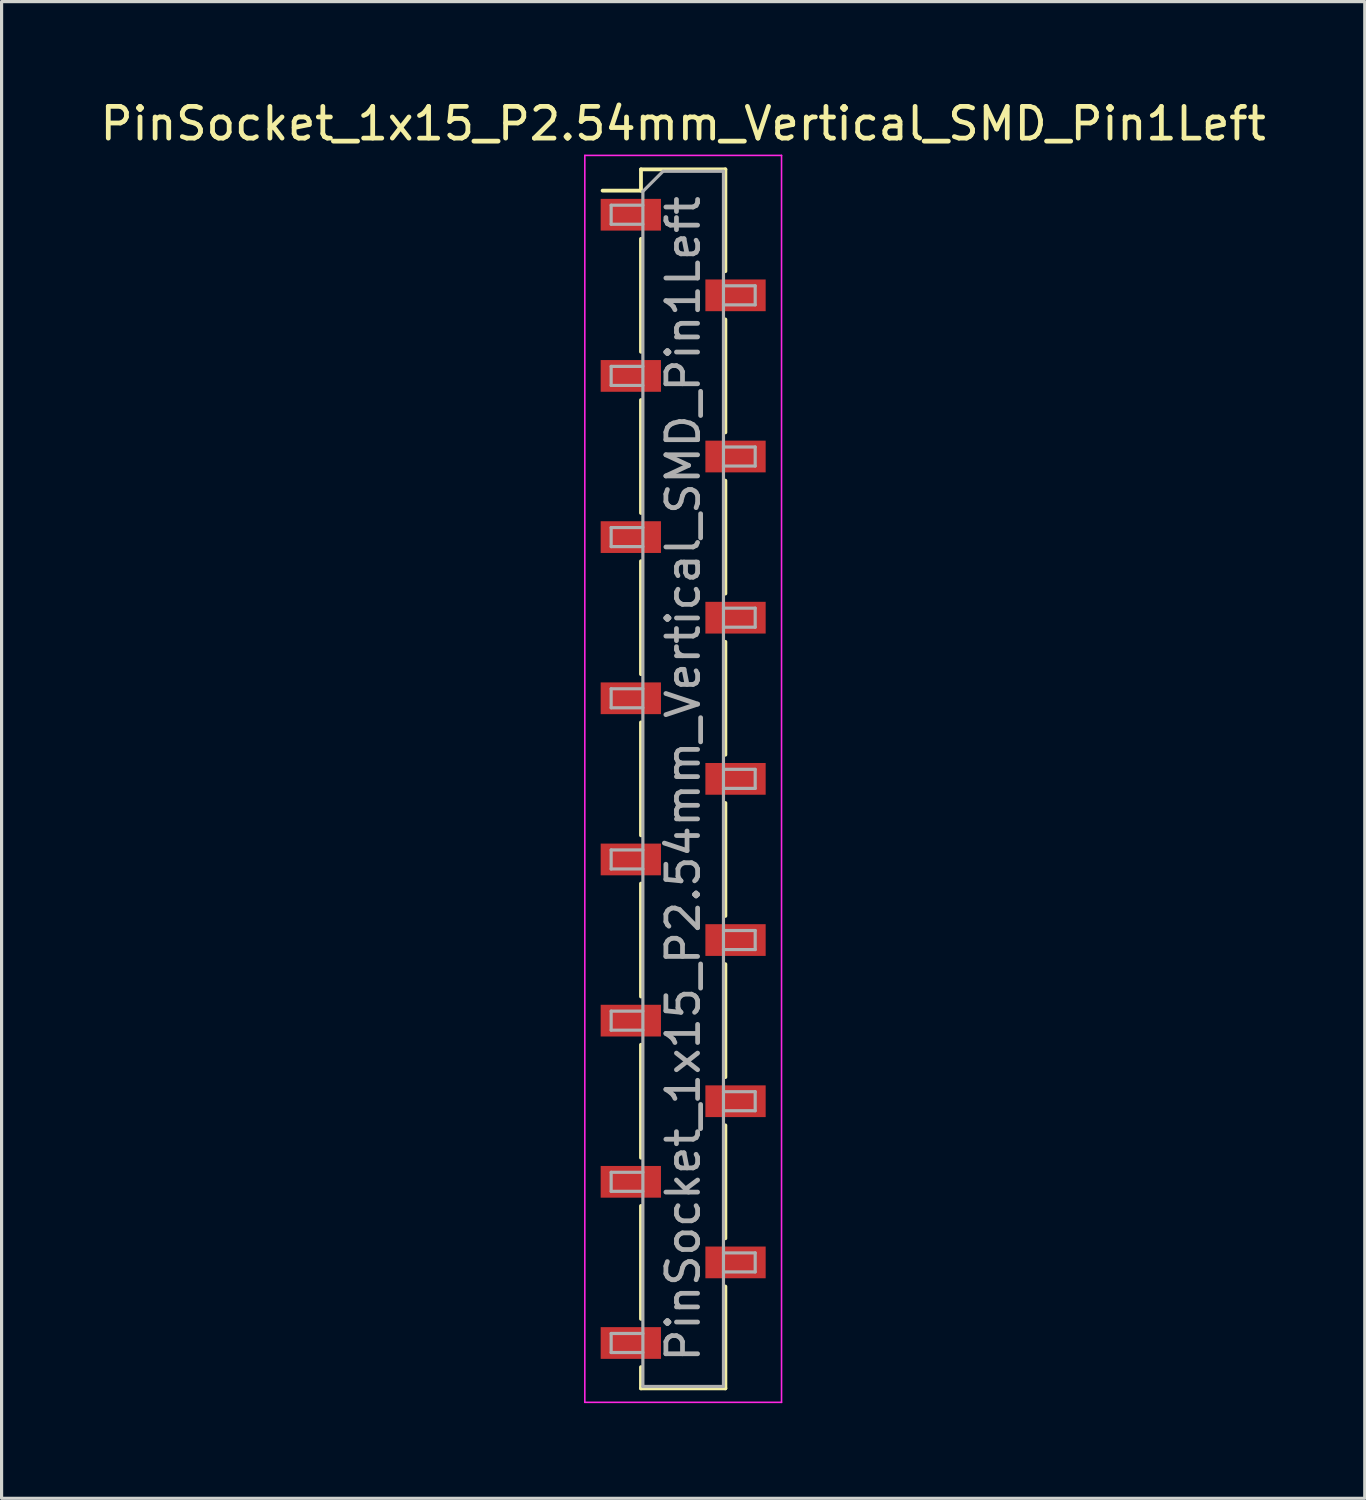
<source format=kicad_pcb>
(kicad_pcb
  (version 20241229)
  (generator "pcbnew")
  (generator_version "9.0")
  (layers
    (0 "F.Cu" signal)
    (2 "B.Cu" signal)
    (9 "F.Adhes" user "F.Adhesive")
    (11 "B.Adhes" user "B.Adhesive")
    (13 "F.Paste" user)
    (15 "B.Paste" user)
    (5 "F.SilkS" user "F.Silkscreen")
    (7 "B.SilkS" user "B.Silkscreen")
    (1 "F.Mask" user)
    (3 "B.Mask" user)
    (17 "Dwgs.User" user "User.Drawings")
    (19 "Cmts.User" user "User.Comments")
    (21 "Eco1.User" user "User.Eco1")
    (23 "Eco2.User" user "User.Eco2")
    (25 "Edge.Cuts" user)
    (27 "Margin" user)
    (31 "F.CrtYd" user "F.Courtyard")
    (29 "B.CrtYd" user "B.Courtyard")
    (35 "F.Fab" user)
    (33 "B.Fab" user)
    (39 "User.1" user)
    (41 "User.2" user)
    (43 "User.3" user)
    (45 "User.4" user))
  (footprint "PinSocket_1x15_P2.54mm_Vertical_SMD_Pin1Left"
    (layer "F.Cu")
    (at 18.482 21.498)
    (property "Reference" "PinSocket_1x15_P2.54mm_Vertical_SMD_Pin1Left" (at 0 -20.65 0) (layer "F.SilkS") (effects (font (size 1 1) (thickness 0.15))))
    (attr smd)
    (fp_line (start -2.54 -18.54) (end -1.33 -18.54) (stroke (width 0.12) (type solid)) (layer "F.SilkS"))
    (fp_line (start -1.33 -19.21) (end -1.33 -18.54) (stroke (width 0.12) (type solid)) (layer "F.SilkS"))
    (fp_line (start -1.33 -19.21) (end 1.33 -19.21) (stroke (width 0.12) (type solid)) (layer "F.SilkS"))
    (fp_line (start -1.33 -17.02) (end -1.33 -13.46) (stroke (width 0.12) (type solid)) (layer "F.SilkS"))
    (fp_line (start -1.33 -11.94) (end -1.33 -8.38) (stroke (width 0.12) (type solid)) (layer "F.SilkS"))
    (fp_line (start -1.33 -6.86) (end -1.33 -3.3) (stroke (width 0.12) (type solid)) (layer "F.SilkS"))
    (fp_line (start -1.33 -1.78) (end -1.33 1.78) (stroke (width 0.12) (type solid)) (layer "F.SilkS"))
    (fp_line (start -1.33 3.3) (end -1.33 6.86) (stroke (width 0.12) (type solid)) (layer "F.SilkS"))
    (fp_line (start -1.33 8.38) (end -1.33 11.94) (stroke (width 0.12) (type solid)) (layer "F.SilkS"))
    (fp_line (start -1.33 13.46) (end -1.33 17.02) (stroke (width 0.12) (type solid)) (layer "F.SilkS"))
    (fp_line (start -1.33 18.54) (end -1.33 19.21) (stroke (width 0.12) (type solid)) (layer "F.SilkS"))
    (fp_line (start -1.33 19.21) (end 1.33 19.21) (stroke (width 0.12) (type solid)) (layer "F.SilkS"))
    (fp_line (start 1.33 -19.21) (end 1.33 -16) (stroke (width 0.12) (type solid)) (layer "F.SilkS"))
    (fp_line (start 1.33 -14.48) (end 1.33 -10.92) (stroke (width 0.12) (type solid)) (layer "F.SilkS"))
    (fp_line (start 1.33 -9.4) (end 1.33 -5.84) (stroke (width 0.12) (type solid)) (layer "F.SilkS"))
    (fp_line (start 1.33 -4.32) (end 1.33 -0.76) (stroke (width 0.12) (type solid)) (layer "F.SilkS"))
    (fp_line (start 1.33 0.76) (end 1.33 4.32) (stroke (width 0.12) (type solid)) (layer "F.SilkS"))
    (fp_line (start 1.33 5.84) (end 1.33 9.4) (stroke (width 0.12) (type solid)) (layer "F.SilkS"))
    (fp_line (start 1.33 10.92) (end 1.33 14.48) (stroke (width 0.12) (type solid)) (layer "F.SilkS"))
    (fp_line (start 1.33 16) (end 1.33 19.21) (stroke (width 0.12) (type solid)) (layer "F.SilkS"))
    (fp_line (start -3.1 -19.65) (end 3.1 -19.65) (stroke (width 0.05) (type solid)) (layer "F.CrtYd"))
    (fp_line (start -3.1 19.65) (end -3.1 -19.65) (stroke (width 0.05) (type solid)) (layer "F.CrtYd"))
    (fp_line (start 3.1 -19.65) (end 3.1 19.65) (stroke (width 0.05) (type solid)) (layer "F.CrtYd"))
    (fp_line (start 3.1 19.65) (end -3.1 19.65) (stroke (width 0.05) (type solid)) (layer "F.CrtYd"))
    (fp_line (start -2.27 -18.08) (end -1.27 -18.08) (stroke (width 0.1) (type solid)) (layer "F.Fab"))
    (fp_line (start -2.27 -17.48) (end -2.27 -18.08) (stroke (width 0.1) (type solid)) (layer "F.Fab"))
    (fp_line (start -2.27 -13) (end -1.27 -13) (stroke (width 0.1) (type solid)) (layer "F.Fab"))
    (fp_line (start -2.27 -12.4) (end -2.27 -13) (stroke (width 0.1) (type solid)) (layer "F.Fab"))
    (fp_line (start -2.27 -7.92) (end -1.27 -7.92) (stroke (width 0.1) (type solid)) (layer "F.Fab"))
    (fp_line (start -2.27 -7.32) (end -2.27 -7.92) (stroke (width 0.1) (type solid)) (layer "F.Fab"))
    (fp_line (start -2.27 -2.84) (end -1.27 -2.84) (stroke (width 0.1) (type solid)) (layer "F.Fab"))
    (fp_line (start -2.27 -2.24) (end -2.27 -2.84) (stroke (width 0.1) (type solid)) (layer "F.Fab"))
    (fp_line (start -2.27 2.24) (end -1.27 2.24) (stroke (width 0.1) (type solid)) (layer "F.Fab"))
    (fp_line (start -2.27 2.84) (end -2.27 2.24) (stroke (width 0.1) (type solid)) (layer "F.Fab"))
    (fp_line (start -2.27 7.32) (end -1.27 7.32) (stroke (width 0.1) (type solid)) (layer "F.Fab"))
    (fp_line (start -2.27 7.92) (end -2.27 7.32) (stroke (width 0.1) (type solid)) (layer "F.Fab"))
    (fp_line (start -2.27 12.4) (end -1.27 12.4) (stroke (width 0.1) (type solid)) (layer "F.Fab"))
    (fp_line (start -2.27 13) (end -2.27 12.4) (stroke (width 0.1) (type solid)) (layer "F.Fab"))
    (fp_line (start -2.27 17.48) (end -1.27 17.48) (stroke (width 0.1) (type solid)) (layer "F.Fab"))
    (fp_line (start -2.27 18.08) (end -2.27 17.48) (stroke (width 0.1) (type solid)) (layer "F.Fab"))
    (fp_line (start -1.27 -18.515) (end -0.635 -19.15) (stroke (width 0.1) (type solid)) (layer "F.Fab"))
    (fp_line (start -1.27 -17.48) (end -2.27 -17.48) (stroke (width 0.1) (type solid)) (layer "F.Fab"))
    (fp_line (start -1.27 -12.4) (end -2.27 -12.4) (stroke (width 0.1) (type solid)) (layer "F.Fab"))
    (fp_line (start -1.27 -7.32) (end -2.27 -7.32) (stroke (width 0.1) (type solid)) (layer "F.Fab"))
    (fp_line (start -1.27 -2.24) (end -2.27 -2.24) (stroke (width 0.1) (type solid)) (layer "F.Fab"))
    (fp_line (start -1.27 2.84) (end -2.27 2.84) (stroke (width 0.1) (type solid)) (layer "F.Fab"))
    (fp_line (start -1.27 7.92) (end -2.27 7.92) (stroke (width 0.1) (type solid)) (layer "F.Fab"))
    (fp_line (start -1.27 13) (end -2.27 13) (stroke (width 0.1) (type solid)) (layer "F.Fab"))
    (fp_line (start -1.27 18.08) (end -2.27 18.08) (stroke (width 0.1) (type solid)) (layer "F.Fab"))
    (fp_line (start -1.27 19.15) (end -1.27 -18.515) (stroke (width 0.1) (type solid)) (layer "F.Fab"))
    (fp_line (start -0.635 -19.15) (end 1.27 -19.15) (stroke (width 0.1) (type solid)) (layer "F.Fab"))
    (fp_line (start 1.27 -19.15) (end 1.27 19.15) (stroke (width 0.1) (type solid)) (layer "F.Fab"))
    (fp_line (start 1.27 -15.54) (end 2.27 -15.54) (stroke (width 0.1) (type solid)) (layer "F.Fab"))
    (fp_line (start 1.27 -10.46) (end 2.27 -10.46) (stroke (width 0.1) (type solid)) (layer "F.Fab"))
    (fp_line (start 1.27 -5.38) (end 2.27 -5.38) (stroke (width 0.1) (type solid)) (layer "F.Fab"))
    (fp_line (start 1.27 -0.3) (end 2.27 -0.3) (stroke (width 0.1) (type solid)) (layer "F.Fab"))
    (fp_line (start 1.27 4.78) (end 2.27 4.78) (stroke (width 0.1) (type solid)) (layer "F.Fab"))
    (fp_line (start 1.27 9.86) (end 2.27 9.86) (stroke (width 0.1) (type solid)) (layer "F.Fab"))
    (fp_line (start 1.27 14.94) (end 2.27 14.94) (stroke (width 0.1) (type solid)) (layer "F.Fab"))
    (fp_line (start 1.27 19.15) (end -1.27 19.15) (stroke (width 0.1) (type solid)) (layer "F.Fab"))
    (fp_line (start 2.27 -15.54) (end 2.27 -14.94) (stroke (width 0.1) (type solid)) (layer "F.Fab"))
    (fp_line (start 2.27 -14.94) (end 1.27 -14.94) (stroke (width 0.1) (type solid)) (layer "F.Fab"))
    (fp_line (start 2.27 -10.46) (end 2.27 -9.86) (stroke (width 0.1) (type solid)) (layer "F.Fab"))
    (fp_line (start 2.27 -9.86) (end 1.27 -9.86) (stroke (width 0.1) (type solid)) (layer "F.Fab"))
    (fp_line (start 2.27 -5.38) (end 2.27 -4.78) (stroke (width 0.1) (type solid)) (layer "F.Fab"))
    (fp_line (start 2.27 -4.78) (end 1.27 -4.78) (stroke (width 0.1) (type solid)) (layer "F.Fab"))
    (fp_line (start 2.27 -0.3) (end 2.27 0.3) (stroke (width 0.1) (type solid)) (layer "F.Fab"))
    (fp_line (start 2.27 0.3) (end 1.27 0.3) (stroke (width 0.1) (type solid)) (layer "F.Fab"))
    (fp_line (start 2.27 4.78) (end 2.27 5.38) (stroke (width 0.1) (type solid)) (layer "F.Fab"))
    (fp_line (start 2.27 5.38) (end 1.27 5.38) (stroke (width 0.1) (type solid)) (layer "F.Fab"))
    (fp_line (start 2.27 9.86) (end 2.27 10.46) (stroke (width 0.1) (type solid)) (layer "F.Fab"))
    (fp_line (start 2.27 10.46) (end 1.27 10.46) (stroke (width 0.1) (type solid)) (layer "F.Fab"))
    (fp_line (start 2.27 14.94) (end 2.27 15.54) (stroke (width 0.1) (type solid)) (layer "F.Fab"))
    (fp_line (start 2.27 15.54) (end 1.27 15.54) (stroke (width 0.1) (type solid)) (layer "F.Fab"))
    (fp_text user "${REFERENCE}" (at 0 0 270) (layer "F.Fab") (effects (font (size 1 1) (thickness 0.15))))
    (pad "1" smd rect (at -1.65 -17.78) (size 1.9 1) (layers "F.Cu" "F.Mask" "F.Paste"))
    (pad "2" smd rect (at 1.65 -15.24) (size 1.9 1) (layers "F.Cu" "F.Mask" "F.Paste"))
    (pad "3" smd rect (at -1.65 -12.7) (size 1.9 1) (layers "F.Cu" "F.Mask" "F.Paste"))
    (pad "4" smd rect (at 1.65 -10.16) (size 1.9 1) (layers "F.Cu" "F.Mask" "F.Paste"))
    (pad "5" smd rect (at -1.65 -7.62) (size 1.9 1) (layers "F.Cu" "F.Mask" "F.Paste"))
    (pad "6" smd rect (at 1.65 -5.08) (size 1.9 1) (layers "F.Cu" "F.Mask" "F.Paste"))
    (pad "7" smd rect (at -1.65 -2.54) (size 1.9 1) (layers "F.Cu" "F.Mask" "F.Paste"))
    (pad "8" smd rect (at 1.65 0) (size 1.9 1) (layers "F.Cu" "F.Mask" "F.Paste"))
    (pad "9" smd rect (at -1.65 2.54) (size 1.9 1) (layers "F.Cu" "F.Mask" "F.Paste"))
    (pad "10" smd rect (at 1.65 5.08) (size 1.9 1) (layers "F.Cu" "F.Mask" "F.Paste"))
    (pad "11" smd rect (at -1.65 7.62) (size 1.9 1) (layers "F.Cu" "F.Mask" "F.Paste"))
    (pad "12" smd rect (at 1.65 10.16) (size 1.9 1) (layers "F.Cu" "F.Mask" "F.Paste"))
    (pad "13" smd rect (at -1.65 12.7) (size 1.9 1) (layers "F.Cu" "F.Mask" "F.Paste"))
    (pad "14" smd rect (at 1.65 15.24) (size 1.9 1) (layers "F.Cu" "F.Mask" "F.Paste"))
    (pad "15" smd rect (at -1.65 17.78) (size 1.9 1) (layers "F.Cu" "F.Mask" "F.Paste")))
  (gr_rect
    (start -3 -3)
    (end 39.964 44.173)
    (stroke (width 0.1) (type default))
    (fill no)
    (layer "Edge.Cuts")))
</source>
